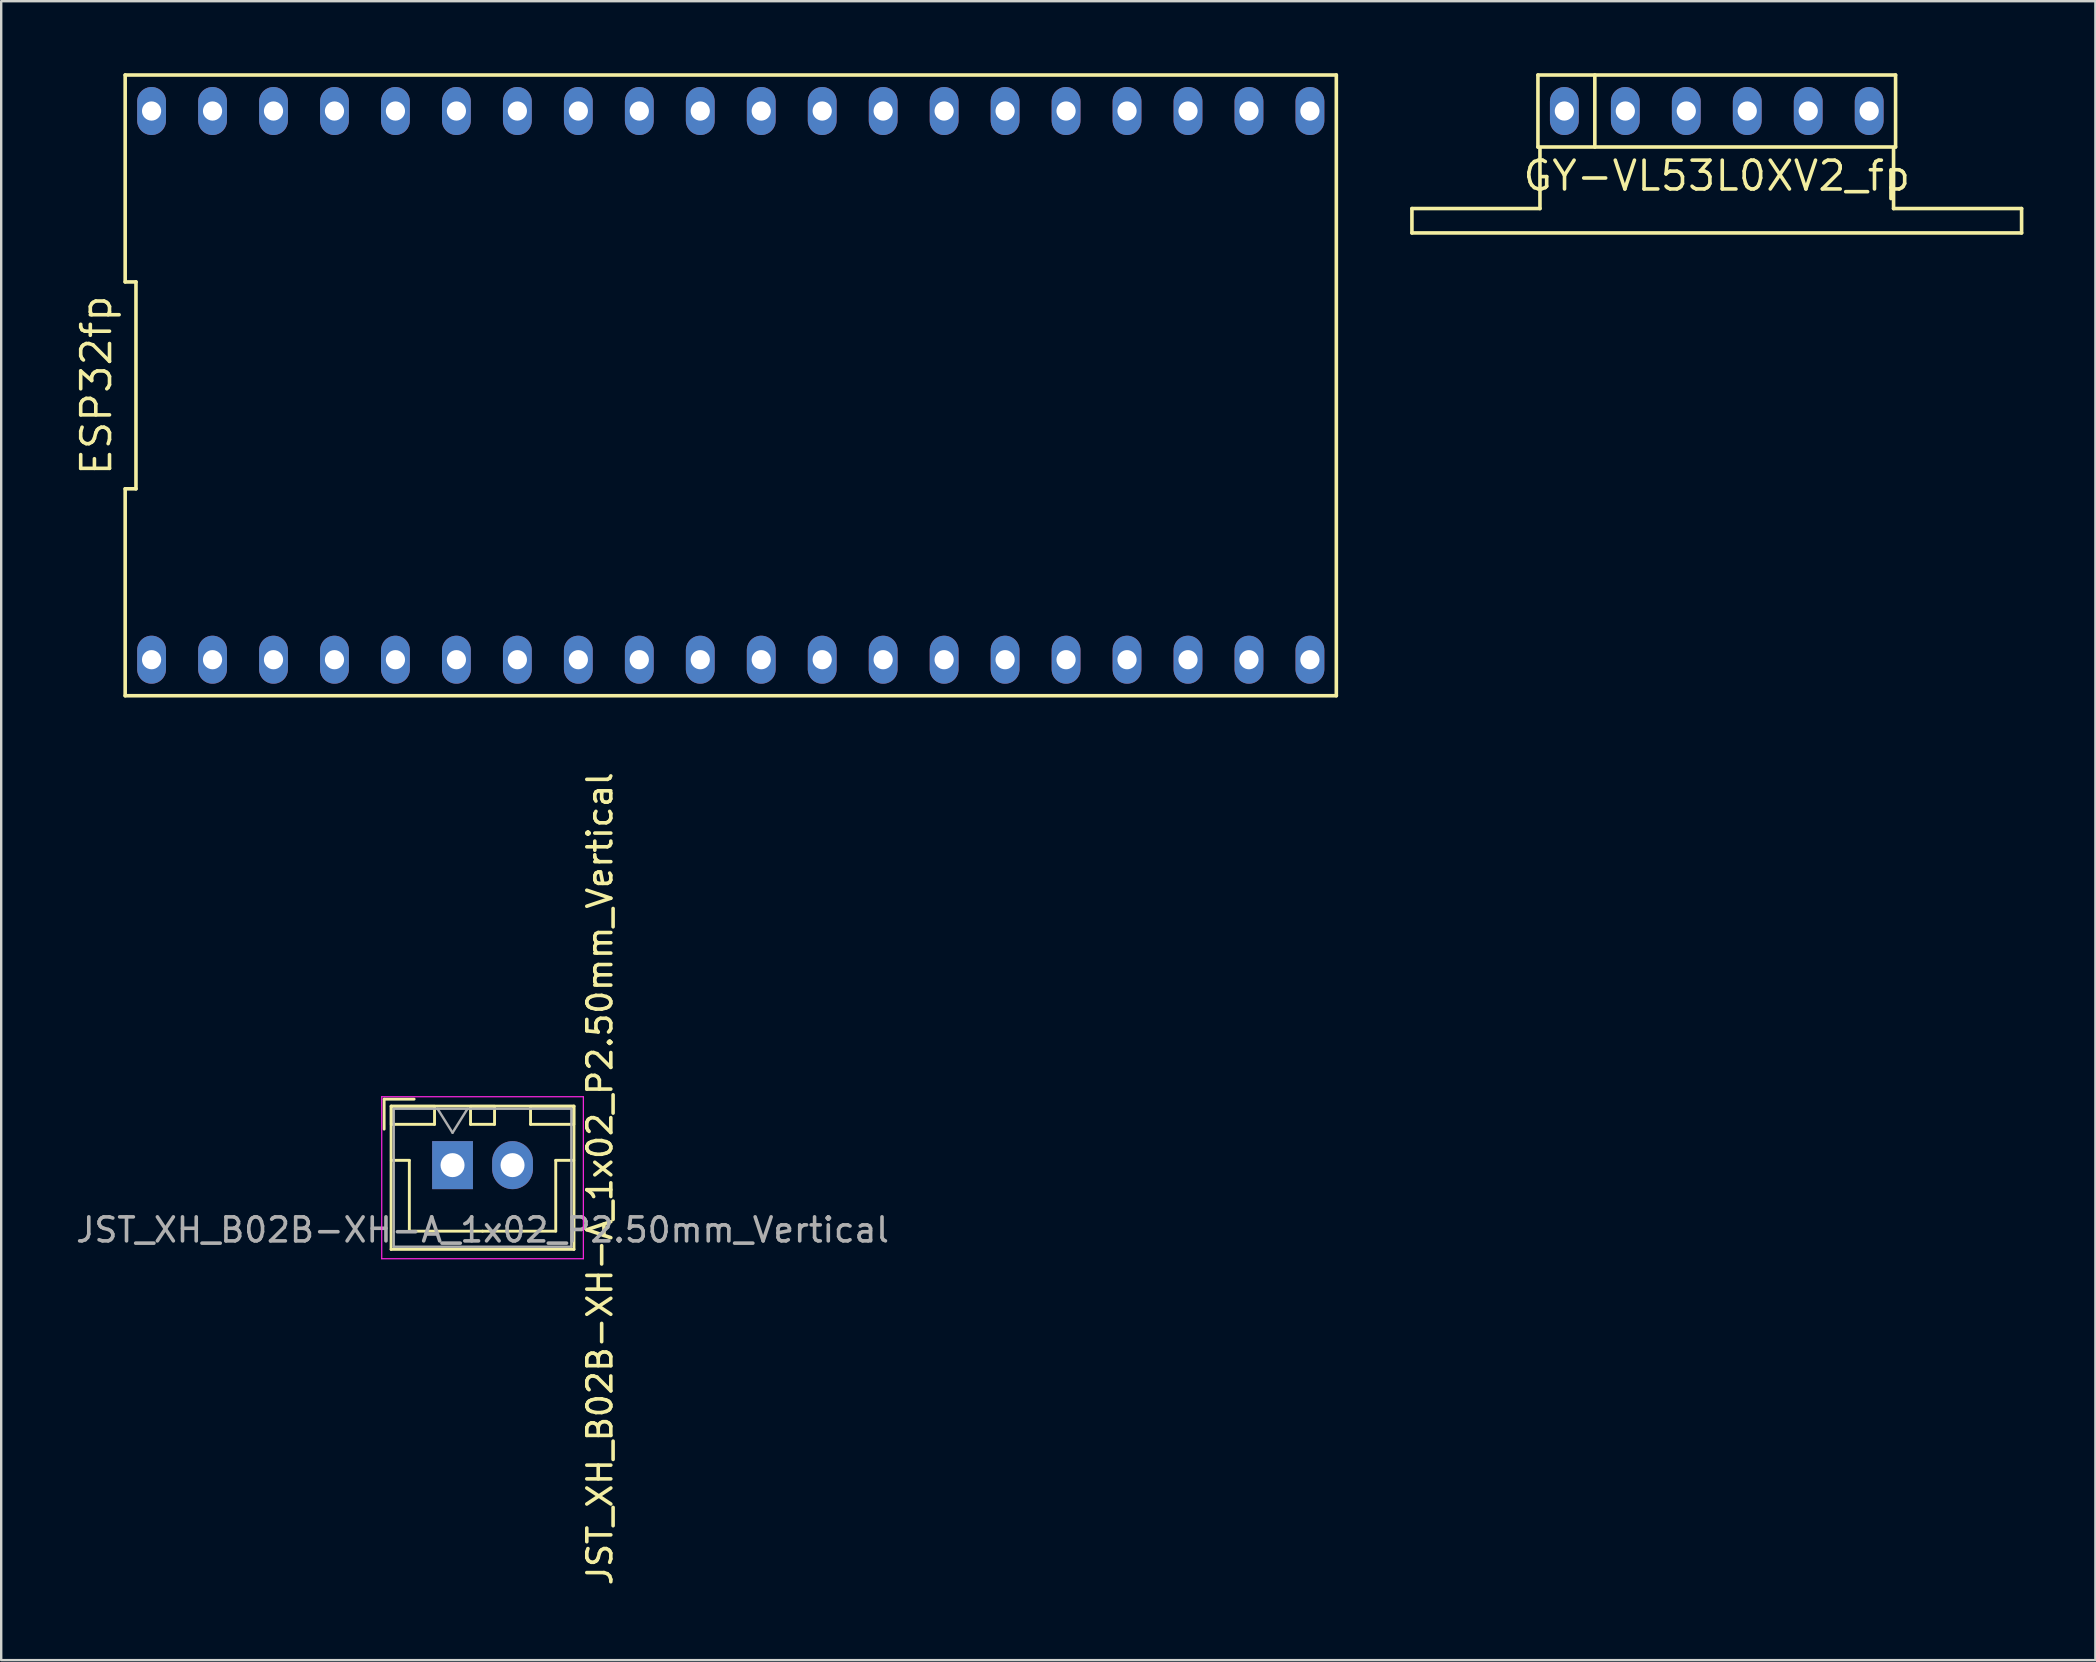
<source format=kicad_pcb>
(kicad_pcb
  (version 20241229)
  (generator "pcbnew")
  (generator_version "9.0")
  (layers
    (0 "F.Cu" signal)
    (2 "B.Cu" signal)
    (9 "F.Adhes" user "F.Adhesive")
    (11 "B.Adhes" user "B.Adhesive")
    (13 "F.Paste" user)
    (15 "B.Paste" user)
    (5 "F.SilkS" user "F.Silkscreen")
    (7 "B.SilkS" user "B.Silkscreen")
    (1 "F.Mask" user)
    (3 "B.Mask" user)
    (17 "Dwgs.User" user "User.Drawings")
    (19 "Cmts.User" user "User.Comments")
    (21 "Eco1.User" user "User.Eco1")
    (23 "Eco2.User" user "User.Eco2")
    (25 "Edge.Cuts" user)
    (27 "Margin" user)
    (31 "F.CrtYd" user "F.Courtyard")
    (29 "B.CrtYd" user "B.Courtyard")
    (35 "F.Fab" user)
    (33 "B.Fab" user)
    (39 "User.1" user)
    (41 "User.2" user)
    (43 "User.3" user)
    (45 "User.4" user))
  (footprint "ESP32fp"
    (layer "F.Cu")
    (at 27.395 13.005)
    (property "Reference" "ESP32fp" (at -26.43 0 90) (layer "F.SilkS") (effects (font (size 1.2 1.2) (thickness 0.15))))
    (attr through_hole)
    (fp_line (start -25.23 -12.93) (end -25.23 -4.31) (stroke (width 0.15) (type solid)) (layer "F.SilkS"))
    (fp_line (start -25.23 -4.31) (end -24.78 -4.31) (stroke (width 0.15) (type solid)) (layer "F.SilkS"))
    (fp_line (start -25.23 4.31) (end -25.23 12.93) (stroke (width 0.15) (type solid)) (layer "F.SilkS"))
    (fp_line (start -25.23 12.93) (end 25.23 12.93) (stroke (width 0.15) (type solid)) (layer "F.SilkS"))
    (fp_line (start -24.78 -4.31) (end -24.78 4.31) (stroke (width 0.15) (type solid)) (layer "F.SilkS"))
    (fp_line (start -24.78 4.31) (end -25.23 4.31) (stroke (width 0.15) (type solid)) (layer "F.SilkS"))
    (fp_line (start 25.23 -12.93) (end -25.23 -12.93) (stroke (width 0.15) (type solid)) (layer "F.SilkS"))
    (fp_line (start 25.23 12.93) (end 25.23 -12.93) (stroke (width 0.15) (type solid)) (layer "F.SilkS"))
    (pad "1" thru_hole oval (at -24.13 11.43) (size 1.2 2) (drill 0.8) (layers "*.Cu" "*.Mask"))
    (pad "2" thru_hole oval (at -21.59 11.43) (size 1.2 2) (drill 0.8) (layers "*.Cu" "*.Mask"))
    (pad "3" thru_hole oval (at -19.05 11.43) (size 1.2 2) (drill 0.8) (layers "*.Cu" "*.Mask"))
    (pad "4" thru_hole oval (at -16.51 11.43) (size 1.2 2) (drill 0.8) (layers "*.Cu" "*.Mask"))
    (pad "5" thru_hole oval (at -13.97 11.43) (size 1.2 2) (drill 0.8) (layers "*.Cu" "*.Mask"))
    (pad "6" thru_hole oval (at -11.43 11.43) (size 1.2 2) (drill 0.8) (layers "*.Cu" "*.Mask"))
    (pad "7" thru_hole oval (at -8.89 11.43) (size 1.2 2) (drill 0.8) (layers "*.Cu" "*.Mask"))
    (pad "8" thru_hole oval (at -6.35 11.43) (size 1.2 2) (drill 0.8) (layers "*.Cu" "*.Mask"))
    (pad "9" thru_hole oval (at -3.81 11.43) (size 1.2 2) (drill 0.8) (layers "*.Cu" "*.Mask"))
    (pad "10" thru_hole oval (at -1.27 11.43) (size 1.2 2) (drill 0.8) (layers "*.Cu" "*.Mask"))
    (pad "11" thru_hole oval (at 1.27 11.43) (size 1.2 2) (drill 0.8) (layers "*.Cu" "*.Mask"))
    (pad "12" thru_hole oval (at 3.81 11.43) (size 1.2 2) (drill 0.8) (layers "*.Cu" "*.Mask"))
    (pad "13" thru_hole oval (at 6.35 11.43) (size 1.2 2) (drill 0.8) (layers "*.Cu" "*.Mask"))
    (pad "14" thru_hole oval (at 8.89 11.43) (size 1.2 2) (drill 0.8) (layers "*.Cu" "*.Mask"))
    (pad "15" thru_hole oval (at 11.43 11.43) (size 1.2 2) (drill 0.8) (layers "*.Cu" "*.Mask"))
    (pad "16" thru_hole oval (at 13.97 11.43) (size 1.2 2) (drill 0.8) (layers "*.Cu" "*.Mask"))
    (pad "17" thru_hole oval (at 16.51 11.43) (size 1.2 2) (drill 0.8) (layers "*.Cu" "*.Mask"))
    (pad "18" thru_hole oval (at 19.05 11.43) (size 1.2 2) (drill 0.8) (layers "*.Cu" "*.Mask"))
    (pad "19" thru_hole oval (at 21.59 11.43) (size 1.2 2) (drill 0.8) (layers "*.Cu" "*.Mask"))
    (pad "20" thru_hole oval (at 24.13 11.43) (size 1.2 2) (drill 0.8) (layers "*.Cu" "*.Mask"))
    (pad "21" thru_hole oval (at 24.13 -11.43) (size 1.2 2) (drill 0.8) (layers "*.Cu" "*.Mask"))
    (pad "22" thru_hole oval (at 21.59 -11.43) (size 1.2 2) (drill 0.8) (layers "*.Cu" "*.Mask"))
    (pad "23" thru_hole oval (at 19.05 -11.43) (size 1.2 2) (drill 0.8) (layers "*.Cu" "*.Mask"))
    (pad "24" thru_hole oval (at 16.51 -11.43) (size 1.2 2) (drill 0.8) (layers "*.Cu" "*.Mask"))
    (pad "25" thru_hole oval (at 13.97 -11.43) (size 1.2 2) (drill 0.8) (layers "*.Cu" "*.Mask"))
    (pad "26" thru_hole oval (at 11.43 -11.43) (size 1.2 2) (drill 0.8) (layers "*.Cu" "*.Mask"))
    (pad "27" thru_hole oval (at 8.89 -11.43) (size 1.2 2) (drill 0.8) (layers "*.Cu" "*.Mask"))
    (pad "28" thru_hole oval (at 6.35 -11.43) (size 1.2 2) (drill 0.8) (layers "*.Cu" "*.Mask"))
    (pad "29" thru_hole oval (at 3.81 -11.43) (size 1.2 2) (drill 0.8) (layers "*.Cu" "*.Mask"))
    (pad "30" thru_hole oval (at 1.27 -11.43) (size 1.2 2) (drill 0.8) (layers "*.Cu" "*.Mask"))
    (pad "31" thru_hole oval (at -1.27 -11.43) (size 1.2 2) (drill 0.8) (layers "*.Cu" "*.Mask"))
    (pad "32" thru_hole oval (at -3.81 -11.43) (size 1.2 2) (drill 0.8) (layers "*.Cu" "*.Mask"))
    (pad "33" thru_hole oval (at -6.35 -11.43) (size 1.2 2) (drill 0.8) (layers "*.Cu" "*.Mask"))
    (pad "34" thru_hole oval (at -8.89 -11.43) (size 1.2 2) (drill 0.8) (layers "*.Cu" "*.Mask"))
    (pad "35" thru_hole oval (at -11.43 -11.43) (size 1.2 2) (drill 0.8) (layers "*.Cu" "*.Mask"))
    (pad "36" thru_hole oval (at -13.97 -11.43) (size 1.2 2) (drill 0.8) (layers "*.Cu" "*.Mask"))
    (pad "37" thru_hole oval (at -16.51 -11.43) (size 1.2 2) (drill 0.8) (layers "*.Cu" "*.Mask"))
    (pad "38" thru_hole oval (at -19.05 -11.43) (size 1.2 2) (drill 0.8) (layers "*.Cu" "*.Mask"))
    (pad "39" thru_hole oval (at -21.59 -11.43) (size 1.2 2) (drill 0.8) (layers "*.Cu" "*.Mask"))
    (pad "40" thru_hole oval (at -24.13 -11.43) (size 1.2 2) (drill 0.8) (layers "*.Cu" "*.Mask")))
  (footprint "JST_XH_B02B-XH-A_1x02_P2.50mm_Vertical"
    (layer "F.Cu")
    (at 15.804 45.493)
    (property "Reference" "JST_XH_B02B-XH-A_1x02_P2.50mm_Vertical" (at 6.139 0.57 90) (layer "F.SilkS") (effects (font (size 1 1) (thickness 0.15))))
    (attr through_hole)
    (fp_line (start -2.85 -2.75) (end -2.85 -1.5) (stroke (width 0.12) (type solid)) (layer "F.SilkS"))
    (fp_line (start -2.56 -2.46) (end -2.56 3.51) (stroke (width 0.12) (type solid)) (layer "F.SilkS"))
    (fp_line (start -2.56 3.51) (end 5.06 3.51) (stroke (width 0.12) (type solid)) (layer "F.SilkS"))
    (fp_line (start -2.55 -2.45) (end -2.55 -1.7) (stroke (width 0.12) (type solid)) (layer "F.SilkS"))
    (fp_line (start -2.55 -1.7) (end -0.75 -1.7) (stroke (width 0.12) (type solid)) (layer "F.SilkS"))
    (fp_line (start -2.55 -0.2) (end -1.8 -0.2) (stroke (width 0.12) (type solid)) (layer "F.SilkS"))
    (fp_line (start -1.8 -0.2) (end -1.8 2.75) (stroke (width 0.12) (type solid)) (layer "F.SilkS"))
    (fp_line (start -1.8 2.75) (end 1.25 2.75) (stroke (width 0.12) (type solid)) (layer "F.SilkS"))
    (fp_line (start -1.6 -2.75) (end -2.85 -2.75) (stroke (width 0.12) (type solid)) (layer "F.SilkS"))
    (fp_line (start -0.75 -2.45) (end -2.55 -2.45) (stroke (width 0.12) (type solid)) (layer "F.SilkS"))
    (fp_line (start -0.75 -1.7) (end -0.75 -2.45) (stroke (width 0.12) (type solid)) (layer "F.SilkS"))
    (fp_line (start 0.75 -2.45) (end 0.75 -1.7) (stroke (width 0.12) (type solid)) (layer "F.SilkS"))
    (fp_line (start 0.75 -1.7) (end 1.75 -1.7) (stroke (width 0.12) (type solid)) (layer "F.SilkS"))
    (fp_line (start 1.75 -2.45) (end 0.75 -2.45) (stroke (width 0.12) (type solid)) (layer "F.SilkS"))
    (fp_line (start 1.75 -1.7) (end 1.75 -2.45) (stroke (width 0.12) (type solid)) (layer "F.SilkS"))
    (fp_line (start 3.25 -2.45) (end 3.25 -1.7) (stroke (width 0.12) (type solid)) (layer "F.SilkS"))
    (fp_line (start 3.25 -1.7) (end 5.05 -1.7) (stroke (width 0.12) (type solid)) (layer "F.SilkS"))
    (fp_line (start 4.3 -0.2) (end 4.3 2.75) (stroke (width 0.12) (type solid)) (layer "F.SilkS"))
    (fp_line (start 4.3 2.75) (end 1.25 2.75) (stroke (width 0.12) (type solid)) (layer "F.SilkS"))
    (fp_line (start 5.05 -2.45) (end 3.25 -2.45) (stroke (width 0.12) (type solid)) (layer "F.SilkS"))
    (fp_line (start 5.05 -1.7) (end 5.05 -2.45) (stroke (width 0.12) (type solid)) (layer "F.SilkS"))
    (fp_line (start 5.05 -0.2) (end 4.3 -0.2) (stroke (width 0.12) (type solid)) (layer "F.SilkS"))
    (fp_line (start 5.06 -2.46) (end -2.56 -2.46) (stroke (width 0.12) (type solid)) (layer "F.SilkS"))
    (fp_line (start 5.06 3.51) (end 5.06 -2.46) (stroke (width 0.12) (type solid)) (layer "F.SilkS"))
    (fp_line (start -2.95 -2.85) (end -2.95 3.9) (stroke (width 0.05) (type solid)) (layer "F.CrtYd"))
    (fp_line (start -2.95 3.9) (end 5.45 3.9) (stroke (width 0.05) (type solid)) (layer "F.CrtYd"))
    (fp_line (start 5.45 -2.85) (end -2.95 -2.85) (stroke (width 0.05) (type solid)) (layer "F.CrtYd"))
    (fp_line (start 5.45 3.9) (end 5.45 -2.85) (stroke (width 0.05) (type solid)) (layer "F.CrtYd"))
    (fp_line (start -2.45 -2.35) (end -2.45 3.4) (stroke (width 0.1) (type solid)) (layer "F.Fab"))
    (fp_line (start -2.45 3.4) (end 4.95 3.4) (stroke (width 0.1) (type solid)) (layer "F.Fab"))
    (fp_line (start -0.625 -2.35) (end 0 -1.35) (stroke (width 0.1) (type solid)) (layer "F.Fab"))
    (fp_line (start 0 -1.35) (end 0.625 -2.35) (stroke (width 0.1) (type solid)) (layer "F.Fab"))
    (fp_line (start 4.95 -2.35) (end -2.45 -2.35) (stroke (width 0.1) (type solid)) (layer "F.Fab"))
    (fp_line (start 4.95 3.4) (end 4.95 -2.35) (stroke (width 0.1) (type solid)) (layer "F.Fab"))
    (fp_text user "${REFERENCE}" (at 1.25 2.7 0) (layer "F.Fab") (effects (font (size 1 1) (thickness 0.15))))
    (pad "1" thru_hole rect (at 0 0) (size 1.7 2) (drill 1) (layers "*.Cu" "*.Mask"))
    (pad "2" thru_hole oval (at 2.5 0) (size 1.7 2) (drill 1) (layers "*.Cu" "*.Mask")))
  (footprint "GY-VL53L0XV2_fp"
    (layer "F.Cu")
    (at 68.475 1.575)
    (property "Reference" "GY-VL53L0XV2_fp" (at 0 2.7 0) (layer "F.SilkS") (effects (font (size 1.2 1.2) (thickness 0.15))))
    (attr through_hole)
    (fp_line (start -12.7 5.08) (end -12.7 4.064) (stroke (width 0.15) (type solid)) (layer "F.SilkS"))
    (fp_line (start -7.45 -1.5) (end 7.45 -1.5) (stroke (width 0.15) (type solid)) (layer "F.SilkS"))
    (fp_line (start -7.45 1.5) (end -7.45 -1.5) (stroke (width 0.15) (type solid)) (layer "F.SilkS"))
    (fp_line (start -7.366 4.064) (end -12.7 4.064) (stroke (width 0.15) (type solid)) (layer "F.SilkS"))
    (fp_line (start -7.366 4.064) (end -7.366 1.524) (stroke (width 0.15) (type solid)) (layer "F.SilkS"))
    (fp_line (start -5.08 -1.5) (end -5.08 1.5) (stroke (width 0.15) (type solid)) (layer "F.SilkS"))
    (fp_line (start 7.366 1.524) (end 7.366 4.064) (stroke (width 0.15) (type solid)) (layer "F.SilkS"))
    (fp_line (start 7.366 4.064) (end 12.7 4.064) (stroke (width 0.15) (type solid)) (layer "F.SilkS"))
    (fp_line (start 7.45 -1.5) (end 7.45 1.5) (stroke (width 0.15) (type solid)) (layer "F.SilkS"))
    (fp_line (start 7.45 1.5) (end -7.45 1.5) (stroke (width 0.15) (type solid)) (layer "F.SilkS"))
    (fp_line (start 12.7 4.064) (end 12.7 5.08) (stroke (width 0.15) (type solid)) (layer "F.SilkS"))
    (fp_line (start 12.7 5.08) (end -12.7 5.08) (stroke (width 0.15) (type solid)) (layer "F.SilkS"))
    (pad "1" thru_hole oval (at -6.35 0) (size 1.2 2) (drill 0.8) (layers "*.Cu" "*.Mask"))
    (pad "2" thru_hole oval (at -3.81 0) (size 1.2 2) (drill 0.8) (layers "*.Cu" "*.Mask"))
    (pad "3" thru_hole oval (at -1.27 0) (size 1.2 2) (drill 0.8) (layers "*.Cu" "*.Mask"))
    (pad "4" thru_hole oval (at 1.27 0) (size 1.2 2) (drill 0.8) (layers "*.Cu" "*.Mask"))
    (pad "5" thru_hole oval (at 3.81 0) (size 1.2 2) (drill 0.8) (layers "*.Cu" "*.Mask"))
    (pad "6" thru_hole oval (at 6.35 0) (size 1.2 2) (drill 0.8) (layers "*.Cu" "*.Mask")))
  (gr_rect
    (start -3 -3)
    (end 84.25 66.117)
    (stroke (width 0.1) (type default))
    (fill no)
    (layer "Edge.Cuts")))
</source>
